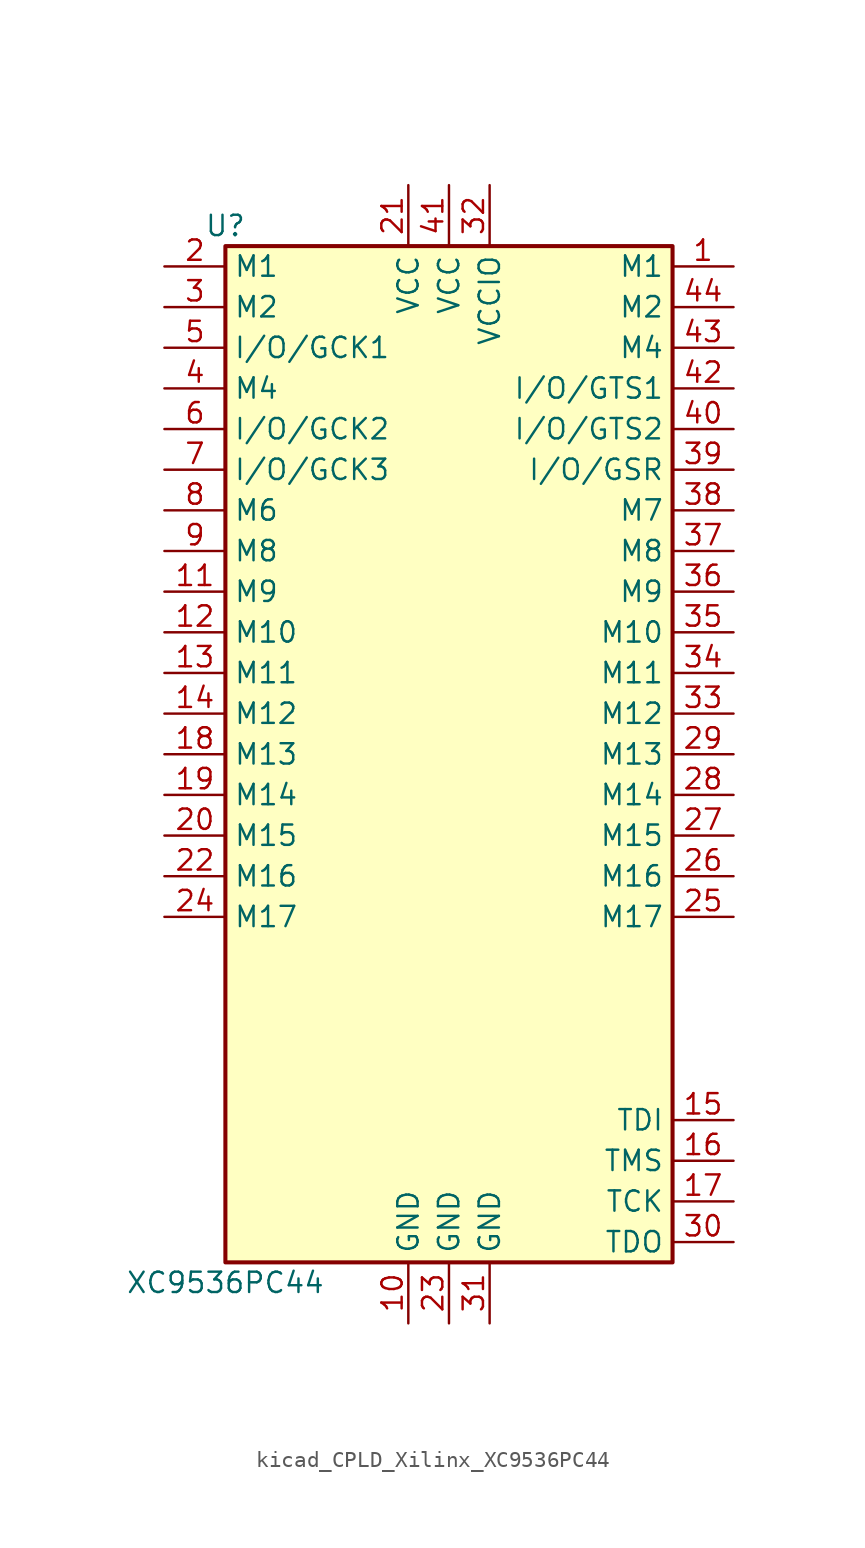
<source format=kicad_sym>
(kicad_symbol_lib
  (version 20220914)
  (generator kicad_symbol_editor)
  (symbol "kicad_CPLD_Xilinx_XC9536PC44"
    (property "Reference" "U"
      (at -13.97 33.02 0)
      (effects (font (size 1.27 1.27))))
    (property "Value" "XC9536PC44"
      (at -13.97 -33.02 0)
      (effects (font (size 1.27 1.27))))
    (symbol "kicad_CPLD_Xilinx_XC9536PC44_1_1"
      (rectangle (start -13.97 31.75) (end 13.97 -31.75) (stroke (width 0.254) (type default)) (fill (type background)))
      (pin bidirectional line (at 17.78 30.48 180) (length 3.81) (name "M1" (effects (font (size 1.27 1.27)))) (number "1" (effects (font (size 1.27 1.27)))))
      (pin power_in line (at -2.54 -35.56 90) (length 3.81) (name "GND" (effects (font (size 1.27 1.27)))) (number "10" (effects (font (size 1.27 1.27)))))
      (pin bidirectional line (at -17.78 10.16 0) (length 3.81) (name "M9" (effects (font (size 1.27 1.27)))) (number "11" (effects (font (size 1.27 1.27)))))
      (pin bidirectional line (at -17.78 7.62 0) (length 3.81) (name "M10" (effects (font (size 1.27 1.27)))) (number "12" (effects (font (size 1.27 1.27)))))
      (pin bidirectional line (at -17.78 5.08 0) (length 3.81) (name "M11" (effects (font (size 1.27 1.27)))) (number "13" (effects (font (size 1.27 1.27)))))
      (pin bidirectional line (at -17.78 2.54 0) (length 3.81) (name "M12" (effects (font (size 1.27 1.27)))) (number "14" (effects (font (size 1.27 1.27)))))
      (pin input line (at 17.78 -22.86 180) (length 3.81) (name "TDI" (effects (font (size 1.27 1.27)))) (number "15" (effects (font (size 1.27 1.27)))))
      (pin input line (at 17.78 -25.4 180) (length 3.81) (name "TMS" (effects (font (size 1.27 1.27)))) (number "16" (effects (font (size 1.27 1.27)))))
      (pin input line (at 17.78 -27.94 180) (length 3.81) (name "TCK" (effects (font (size 1.27 1.27)))) (number "17" (effects (font (size 1.27 1.27)))))
      (pin bidirectional line (at -17.78 0 0) (length 3.81) (name "M13" (effects (font (size 1.27 1.27)))) (number "18" (effects (font (size 1.27 1.27)))))
      (pin bidirectional line (at -17.78 -2.54 0) (length 3.81) (name "M14" (effects (font (size 1.27 1.27)))) (number "19" (effects (font (size 1.27 1.27)))))
      (pin bidirectional line (at -17.78 30.48 0) (length 3.81) (name "M1" (effects (font (size 1.27 1.27)))) (number "2" (effects (font (size 1.27 1.27)))))
      (pin bidirectional line (at -17.78 -5.08 0) (length 3.81) (name "M15" (effects (font (size 1.27 1.27)))) (number "20" (effects (font (size 1.27 1.27)))))
      (pin power_in line (at -2.54 35.56 270) (length 3.81) (name "VCC" (effects (font (size 1.27 1.27)))) (number "21" (effects (font (size 1.27 1.27)))))
      (pin bidirectional line (at -17.78 -7.62 0) (length 3.81) (name "M16" (effects (font (size 1.27 1.27)))) (number "22" (effects (font (size 1.27 1.27)))))
      (pin power_in line (at 0 -35.56 90) (length 3.81) (name "GND" (effects (font (size 1.27 1.27)))) (number "23" (effects (font (size 1.27 1.27)))))
      (pin bidirectional line (at -17.78 -10.16 0) (length 3.81) (name "M17" (effects (font (size 1.27 1.27)))) (number "24" (effects (font (size 1.27 1.27)))))
      (pin bidirectional line (at 17.78 -10.16 180) (length 3.81) (name "M17" (effects (font (size 1.27 1.27)))) (number "25" (effects (font (size 1.27 1.27)))))
      (pin bidirectional line (at 17.78 -7.62 180) (length 3.81) (name "M16" (effects (font (size 1.27 1.27)))) (number "26" (effects (font (size 1.27 1.27)))))
      (pin bidirectional line (at 17.78 -5.08 180) (length 3.81) (name "M15" (effects (font (size 1.27 1.27)))) (number "27" (effects (font (size 1.27 1.27)))))
      (pin bidirectional line (at 17.78 -2.54 180) (length 3.81) (name "M14" (effects (font (size 1.27 1.27)))) (number "28" (effects (font (size 1.27 1.27)))))
      (pin bidirectional line (at 17.78 0 180) (length 3.81) (name "M13" (effects (font (size 1.27 1.27)))) (number "29" (effects (font (size 1.27 1.27)))))
      (pin bidirectional line (at -17.78 27.94 0) (length 3.81) (name "M2" (effects (font (size 1.27 1.27)))) (number "3" (effects (font (size 1.27 1.27)))))
      (pin output line (at 17.78 -30.48 180) (length 3.81) (name "TDO" (effects (font (size 1.27 1.27)))) (number "30" (effects (font (size 1.27 1.27)))))
      (pin power_in line (at 2.54 -35.56 90) (length 3.81) (name "GND" (effects (font (size 1.27 1.27)))) (number "31" (effects (font (size 1.27 1.27)))))
      (pin power_in line (at 2.54 35.56 270) (length 3.81) (name "VCCIO" (effects (font (size 1.27 1.27)))) (number "32" (effects (font (size 1.27 1.27)))))
      (pin bidirectional line (at 17.78 2.54 180) (length 3.81) (name "M12" (effects (font (size 1.27 1.27)))) (number "33" (effects (font (size 1.27 1.27)))))
      (pin bidirectional line (at 17.78 5.08 180) (length 3.81) (name "M11" (effects (font (size 1.27 1.27)))) (number "34" (effects (font (size 1.27 1.27)))))
      (pin bidirectional line (at 17.78 7.62 180) (length 3.81) (name "M10" (effects (font (size 1.27 1.27)))) (number "35" (effects (font (size 1.27 1.27)))))
      (pin bidirectional line (at 17.78 10.16 180) (length 3.81) (name "M9" (effects (font (size 1.27 1.27)))) (number "36" (effects (font (size 1.27 1.27)))))
      (pin bidirectional line (at 17.78 12.7 180) (length 3.81) (name "M8" (effects (font (size 1.27 1.27)))) (number "37" (effects (font (size 1.27 1.27)))))
      (pin bidirectional line (at 17.78 15.24 180) (length 3.81) (name "M7" (effects (font (size 1.27 1.27)))) (number "38" (effects (font (size 1.27 1.27)))))
      (pin bidirectional line (at 17.78 17.78 180) (length 3.81) (name "I/O/GSR" (effects (font (size 1.27 1.27)))) (number "39" (effects (font (size 1.27 1.27)))))
      (pin bidirectional line (at -17.78 22.86 0) (length 3.81) (name "M4" (effects (font (size 1.27 1.27)))) (number "4" (effects (font (size 1.27 1.27)))))
      (pin bidirectional line (at 17.78 20.32 180) (length 3.81) (name "I/O/GTS2" (effects (font (size 1.27 1.27)))) (number "40" (effects (font (size 1.27 1.27)))))
      (pin power_in line (at 0 35.56 270) (length 3.81) (name "VCC" (effects (font (size 1.27 1.27)))) (number "41" (effects (font (size 1.27 1.27)))))
      (pin bidirectional line (at 17.78 22.86 180) (length 3.81) (name "I/O/GTS1" (effects (font (size 1.27 1.27)))) (number "42" (effects (font (size 1.27 1.27)))))
      (pin bidirectional line (at 17.78 25.4 180) (length 3.81) (name "M4" (effects (font (size 1.27 1.27)))) (number "43" (effects (font (size 1.27 1.27)))))
      (pin bidirectional line (at 17.78 27.94 180) (length 3.81) (name "M2" (effects (font (size 1.27 1.27)))) (number "44" (effects (font (size 1.27 1.27)))))
      (pin bidirectional line (at -17.78 25.4 0) (length 3.81) (name "I/O/GCK1" (effects (font (size 1.27 1.27)))) (number "5" (effects (font (size 1.27 1.27)))))
      (pin bidirectional line (at -17.78 20.32 0) (length 3.81) (name "I/O/GCK2" (effects (font (size 1.27 1.27)))) (number "6" (effects (font (size 1.27 1.27)))))
      (pin bidirectional line (at -17.78 17.78 0) (length 3.81) (name "I/O/GCK3" (effects (font (size 1.27 1.27)))) (number "7" (effects (font (size 1.27 1.27)))))
      (pin bidirectional line (at -17.78 15.24 0) (length 3.81) (name "M6" (effects (font (size 1.27 1.27)))) (number "8" (effects (font (size 1.27 1.27)))))
      (pin bidirectional line (at -17.78 12.7 0) (length 3.81) (name "M8" (effects (font (size 1.27 1.27)))) (number "9" (effects (font (size 1.27 1.27))))))))
</source>
